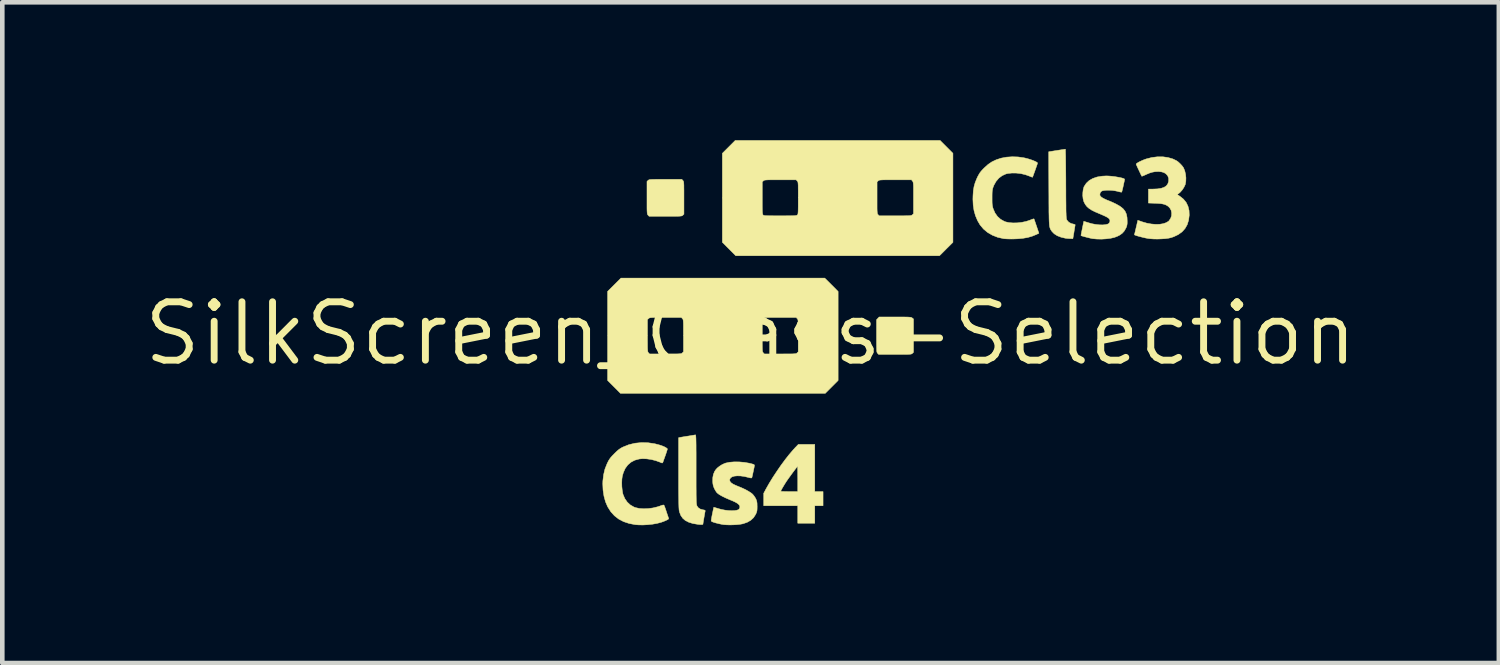
<source format=kicad_pcb>
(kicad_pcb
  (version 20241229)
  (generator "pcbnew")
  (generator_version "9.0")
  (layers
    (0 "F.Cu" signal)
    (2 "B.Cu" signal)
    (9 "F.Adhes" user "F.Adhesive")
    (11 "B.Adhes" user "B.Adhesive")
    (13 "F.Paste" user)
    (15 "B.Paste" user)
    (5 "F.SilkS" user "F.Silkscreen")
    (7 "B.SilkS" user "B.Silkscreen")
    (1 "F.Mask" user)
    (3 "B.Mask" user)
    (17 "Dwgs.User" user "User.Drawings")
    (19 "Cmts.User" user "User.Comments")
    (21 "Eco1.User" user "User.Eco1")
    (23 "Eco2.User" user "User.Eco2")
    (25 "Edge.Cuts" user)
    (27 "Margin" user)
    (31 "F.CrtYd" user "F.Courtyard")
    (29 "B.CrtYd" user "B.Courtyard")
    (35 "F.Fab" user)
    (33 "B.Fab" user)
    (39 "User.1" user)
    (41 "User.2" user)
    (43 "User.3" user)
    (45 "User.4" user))
  (footprint "SilkScreen_Class-Selection"
    (layer "F.Cu")
    (at 13.282 4.207)
    (property "Reference" "SilkScreen_Class-Selection" (at 0 0 0) (layer "F.SilkS") (effects (font (size 1.27 1.27) (thickness 0.15))))
    (attr board_only exclude_from_pos_files exclude_from_bom)
    (fp_poly (pts (xy 3.239 -0.36) (xy 3.315 -0.36) (xy 3.374 -0.359) (xy 3.419 -0.358) (xy 3.453 -0.356) (xy 3.476 -0.354) (xy 3.493 -0.351) (xy 3.504 -0.347) (xy 3.513 -0.341) (xy 3.518 -0.338) (xy 3.545 -0.316) (xy 3.545 0.409) (xy 3.521 0.432) (xy 3.514 0.438) (xy 3.506 0.443) (xy 3.494 0.447) (xy 3.477 0.45) (xy 3.452 0.452) (xy 3.416 0.454) (xy 3.369 0.454) (xy 3.306 0.455) (xy 3.227 0.455) (xy 3.142 0.455) (xy 2.787 0.455) (xy 2.764 0.431) (xy 2.758 0.423) (xy 2.753 0.415) (xy 2.749 0.404) (xy 2.746 0.386) (xy 2.744 0.361) (xy 2.743 0.326) (xy 2.742 0.278) (xy 2.741 0.215) (xy 2.741 0.136) (xy 2.741 0.053) (xy 2.741 -0.3) (xy 2.798 -0.36) (xy 3.144 -0.36) (xy 3.239 -0.36)) (stroke (width 0.01) (type solid)) (fill yes) (layer "F.SilkS"))
    (fp_poly (pts (xy -1.473 -3.33) (xy -1.467 -3.323) (xy -1.462 -3.315) (xy -1.458 -3.303) (xy -1.455 -3.286) (xy -1.453 -3.261) (xy -1.451 -3.226) (xy -1.451 -3.178) (xy -1.45 -3.116) (xy -1.45 -3.036) (xy -1.45 -2.951) (xy -1.45 -2.597) (xy -1.474 -2.574) (xy -1.482 -2.567) (xy -1.49 -2.562) (xy -1.501 -2.558) (xy -1.519 -2.556) (xy -1.544 -2.553) (xy -1.579 -2.552) (xy -1.627 -2.551) (xy -1.689 -2.551) (xy -1.768 -2.551) (xy -1.854 -2.551) (xy -2.208 -2.551) (xy -2.231 -2.575) (xy -2.237 -2.582) (xy -2.242 -2.59) (xy -2.246 -2.602) (xy -2.249 -2.619) (xy -2.251 -2.644) (xy -2.253 -2.68) (xy -2.254 -2.727) (xy -2.254 -2.79) (xy -2.254 -2.869) (xy -2.254 -2.954) (xy -2.254 -3.309) (xy -2.23 -3.332) (xy -2.223 -3.338) (xy -2.214 -3.343) (xy -2.203 -3.347) (xy -2.186 -3.35) (xy -2.16 -3.352) (xy -2.125 -3.353) (xy -2.077 -3.354) (xy -2.015 -3.355) (xy -1.936 -3.355) (xy -1.851 -3.355) (xy -1.496 -3.355) (xy -1.473 -3.33)) (stroke (width 0.01) (type solid)) (fill yes) (layer "F.SilkS"))
    (fp_poly (pts (xy 1.397 3.44) (xy 1.577 3.44) (xy 1.577 3.747) (xy 1.397 3.747) (xy 1.397 4.128) (xy 1.027 4.128) (xy 1.027 3.747) (xy 0.286 3.747) (xy 0.286 3.475) (xy 0.309 3.433) (xy 0.656 3.433) (xy 0.666 3.435) (xy 0.694 3.437) (xy 0.736 3.438) (xy 0.789 3.439) (xy 0.841 3.44) (xy 1.027 3.44) (xy 1.027 3.164) (xy 1.026 3.091) (xy 1.026 3.024) (xy 1.025 2.968) (xy 1.024 2.925) (xy 1.023 2.898) (xy 1.022 2.889) (xy 1.015 2.897) (xy 0.997 2.92) (xy 0.972 2.953) (xy 0.941 2.994) (xy 0.906 3.041) (xy 0.871 3.089) (xy 0.837 3.136) (xy 0.807 3.178) (xy 0.782 3.214) (xy 0.776 3.223) (xy 0.753 3.259) (xy 0.728 3.3) (xy 0.703 3.342) (xy 0.681 3.38) (xy 0.665 3.411) (xy 0.657 3.43) (xy 0.656 3.433) (xy 0.309 3.433) (xy 0.337 3.38) (xy 0.408 3.255) (xy 0.488 3.125) (xy 0.574 2.995) (xy 0.662 2.867) (xy 0.752 2.745) (xy 0.84 2.633) (xy 0.924 2.535) (xy 0.972 2.482) (xy 1.039 2.413) (xy 1.397 2.413) (xy 1.397 3.44)) (stroke (width 0.01) (type solid)) (fill yes) (layer "F.SilkS"))
    (fp_poly (pts (xy 6.851 -4.001) (xy 6.852 -3.971) (xy 6.853 -3.923) (xy 6.855 -3.86) (xy 6.856 -3.781) (xy 6.857 -3.691) (xy 6.858 -3.588) (xy 6.859 -3.477) (xy 6.86 -3.358) (xy 6.86 -3.257) (xy 6.861 -3.112) (xy 6.861 -2.988) (xy 6.862 -2.881) (xy 6.863 -2.791) (xy 6.863 -2.716) (xy 6.864 -2.654) (xy 6.866 -2.605) (xy 6.867 -2.566) (xy 6.869 -2.536) (xy 6.871 -2.513) (xy 6.873 -2.497) (xy 6.876 -2.485) (xy 6.88 -2.476) (xy 6.884 -2.468) (xy 6.885 -2.466) (xy 6.922 -2.423) (xy 6.975 -2.394) (xy 7.018 -2.383) (xy 7.046 -2.376) (xy 7.062 -2.368) (xy 7.063 -2.365) (xy 7.061 -2.351) (xy 7.056 -2.321) (xy 7.049 -2.278) (xy 7.04 -2.226) (xy 7.038 -2.209) (xy 7.013 -2.064) (xy 6.954 -2.065) (xy 6.908 -2.067) (xy 6.861 -2.072) (xy 6.843 -2.075) (xy 6.752 -2.097) (xy 6.673 -2.128) (xy 6.608 -2.169) (xy 6.561 -2.217) (xy 6.557 -2.222) (xy 6.545 -2.239) (xy 6.535 -2.254) (xy 6.526 -2.268) (xy 6.519 -2.285) (xy 6.513 -2.304) (xy 6.507 -2.327) (xy 6.503 -2.357) (xy 6.5 -2.393) (xy 6.497 -2.439) (xy 6.495 -2.495) (xy 6.494 -2.564) (xy 6.492 -2.645) (xy 6.492 -2.742) (xy 6.491 -2.855) (xy 6.491 -2.986) (xy 6.49 -3.137) (xy 6.49 -3.155) (xy 6.487 -3.955) (xy 6.665 -3.983) (xy 6.723 -3.992) (xy 6.775 -4) (xy 6.816 -4.006) (xy 6.842 -4.01) (xy 6.849 -4.011) (xy 6.851 -4.001)) (stroke (width 0.01) (type solid)) (fill yes) (layer "F.SilkS"))
    (fp_poly (pts (xy -1.197 2.208) (xy -1.195 2.215) (xy -1.192 2.228) (xy -1.191 2.248) (xy -1.189 2.276) (xy -1.188 2.314) (xy -1.187 2.364) (xy -1.186 2.427) (xy -1.186 2.504) (xy -1.185 2.597) (xy -1.185 2.707) (xy -1.185 2.836) (xy -1.185 2.955) (xy -1.185 3.1) (xy -1.185 3.225) (xy -1.185 3.332) (xy -1.184 3.423) (xy -1.184 3.499) (xy -1.183 3.561) (xy -1.182 3.611) (xy -1.181 3.651) (xy -1.179 3.682) (xy -1.177 3.705) (xy -1.174 3.722) (xy -1.171 3.736) (xy -1.168 3.746) (xy -1.165 3.753) (xy -1.139 3.791) (xy -1.099 3.818) (xy -1.042 3.835) (xy -1.028 3.837) (xy -1 3.843) (xy -0.988 3.851) (xy -0.988 3.865) (xy -0.989 3.872) (xy -0.994 3.894) (xy -1 3.93) (xy -1.008 3.974) (xy -1.016 4.022) (xy -1.024 4.068) (xy -1.031 4.109) (xy -1.035 4.138) (xy -1.037 4.151) (xy -1.047 4.156) (xy -1.073 4.158) (xy -1.112 4.156) (xy -1.148 4.152) (xy -1.256 4.134) (xy -1.346 4.106) (xy -1.419 4.069) (xy -1.476 4.02) (xy -1.518 3.959) (xy -1.546 3.886) (xy -1.555 3.847) (xy -1.557 3.822) (xy -1.56 3.775) (xy -1.562 3.707) (xy -1.563 3.619) (xy -1.565 3.51) (xy -1.566 3.38) (xy -1.566 3.23) (xy -1.566 3.06) (xy -1.566 3.026) (xy -1.566 2.267) (xy -1.537 2.261) (xy -1.516 2.257) (xy -1.479 2.251) (xy -1.431 2.243) (xy -1.376 2.234) (xy -1.365 2.233) (xy -1.311 2.224) (xy -1.264 2.216) (xy -1.227 2.21) (xy -1.206 2.206) (xy -1.204 2.205) (xy -1.2 2.205) (xy -1.197 2.208)) (stroke (width 0.01) (type solid)) (fill yes) (layer "F.SilkS"))
    (fp_poly (pts (xy -2.229 2.377) (xy -2.083 2.399) (xy -1.98 2.426) (xy -1.926 2.444) (xy -1.878 2.464) (xy -1.841 2.484) (xy -1.817 2.501) (xy -1.81 2.512) (xy -1.813 2.526) (xy -1.822 2.555) (xy -1.835 2.596) (xy -1.851 2.643) (xy -1.869 2.693) (xy -1.886 2.74) (xy -1.901 2.782) (xy -1.91 2.806) (xy -1.916 2.815) (xy -1.927 2.817) (xy -1.947 2.81) (xy -1.977 2.797) (xy -2.066 2.765) (xy -2.162 2.741) (xy -2.259 2.727) (xy -2.351 2.723) (xy -2.424 2.73) (xy -2.519 2.756) (xy -2.601 2.799) (xy -2.671 2.859) (xy -2.727 2.934) (xy -2.768 3.025) (xy -2.791 3.105) (xy -2.8 3.17) (xy -2.803 3.247) (xy -2.801 3.33) (xy -2.793 3.409) (xy -2.781 3.479) (xy -2.774 3.505) (xy -2.736 3.593) (xy -2.683 3.669) (xy -2.617 3.73) (xy -2.539 3.775) (xy -2.501 3.789) (xy -2.419 3.807) (xy -2.325 3.813) (xy -2.224 3.809) (xy -2.122 3.795) (xy -2.024 3.771) (xy -1.975 3.755) (xy -1.933 3.739) (xy -1.906 3.732) (xy -1.891 3.731) (xy -1.883 3.737) (xy -1.876 3.752) (xy -1.864 3.783) (xy -1.849 3.826) (xy -1.832 3.876) (xy -1.83 3.884) (xy -1.813 3.934) (xy -1.798 3.978) (xy -1.787 4.01) (xy -1.782 4.027) (xy -1.781 4.028) (xy -1.788 4.038) (xy -1.811 4.053) (xy -1.847 4.07) (xy -1.892 4.089) (xy -1.943 4.107) (xy -1.953 4.11) (xy -2.036 4.132) (xy -2.134 4.149) (xy -2.238 4.16) (xy -2.343 4.166) (xy -2.442 4.164) (xy -2.508 4.159) (xy -2.643 4.133) (xy -2.763 4.093) (xy -2.87 4.037) (xy -2.962 3.965) (xy -3.041 3.878) (xy -3.107 3.774) (xy -3.111 3.767) (xy -3.157 3.66) (xy -3.19 3.539) (xy -3.21 3.408) (xy -3.216 3.272) (xy -3.214 3.207) (xy -3.198 3.073) (xy -3.169 2.95) (xy -3.123 2.834) (xy -3.114 2.815) (xy -3.091 2.769) (xy -3.067 2.731) (xy -3.041 2.696) (xy -3.006 2.657) (xy -2.964 2.614) (xy -2.916 2.567) (xy -2.877 2.533) (xy -2.84 2.506) (xy -2.802 2.483) (xy -2.773 2.469) (xy -2.648 2.419) (xy -2.514 2.387) (xy -2.373 2.373) (xy -2.229 2.377)) (stroke (width 0.01) (type solid)) (fill yes) (layer "F.SilkS"))
    (fp_poly (pts (xy 5.821 -3.842) (xy 5.945 -3.824) (xy 5.978 -3.817) (xy 6.036 -3.802) (xy 6.094 -3.784) (xy 6.147 -3.765) (xy 6.191 -3.746) (xy 6.224 -3.729) (xy 6.242 -3.715) (xy 6.244 -3.71) (xy 6.241 -3.697) (xy 6.232 -3.669) (xy 6.218 -3.629) (xy 6.202 -3.583) (xy 6.185 -3.535) (xy 6.168 -3.488) (xy 6.153 -3.447) (xy 6.142 -3.417) (xy 6.135 -3.401) (xy 6.134 -3.4) (xy 6.124 -3.403) (xy 6.099 -3.412) (xy 6.07 -3.424) (xy 5.981 -3.456) (xy 5.884 -3.479) (xy 5.784 -3.491) (xy 5.688 -3.492) (xy 5.6 -3.483) (xy 5.555 -3.472) (xy 5.474 -3.435) (xy 5.402 -3.381) (xy 5.342 -3.311) (xy 5.295 -3.227) (xy 5.279 -3.187) (xy 5.269 -3.157) (xy 5.263 -3.128) (xy 5.258 -3.095) (xy 5.256 -3.055) (xy 5.255 -3.001) (xy 5.255 -2.953) (xy 5.255 -2.887) (xy 5.256 -2.837) (xy 5.259 -2.799) (xy 5.265 -2.766) (xy 5.272 -2.736) (xy 5.28 -2.712) (xy 5.319 -2.622) (xy 5.373 -2.546) (xy 5.441 -2.485) (xy 5.52 -2.441) (xy 5.551 -2.429) (xy 5.624 -2.413) (xy 5.711 -2.406) (xy 5.805 -2.408) (xy 5.901 -2.419) (xy 5.993 -2.438) (xy 6.076 -2.465) (xy 6.081 -2.467) (xy 6.118 -2.482) (xy 6.148 -2.492) (xy 6.164 -2.495) (xy 6.166 -2.495) (xy 6.171 -2.484) (xy 6.181 -2.456) (xy 6.195 -2.415) (xy 6.212 -2.365) (xy 6.222 -2.336) (xy 6.274 -2.181) (xy 6.219 -2.155) (xy 6.128 -2.118) (xy 6.032 -2.09) (xy 5.928 -2.072) (xy 5.812 -2.061) (xy 5.736 -2.058) (xy 5.673 -2.057) (xy 5.612 -2.058) (xy 5.559 -2.06) (xy 5.519 -2.063) (xy 5.509 -2.064) (xy 5.379 -2.093) (xy 5.262 -2.139) (xy 5.158 -2.199) (xy 5.068 -2.274) (xy 4.993 -2.364) (xy 4.939 -2.456) (xy 4.893 -2.565) (xy 4.862 -2.676) (xy 4.844 -2.794) (xy 4.838 -2.922) (xy 4.84 -2.999) (xy 4.847 -3.104) (xy 4.862 -3.196) (xy 4.886 -3.281) (xy 4.92 -3.366) (xy 4.939 -3.408) (xy 4.965 -3.456) (xy 4.989 -3.496) (xy 5.018 -3.533) (xy 5.055 -3.574) (xy 5.085 -3.604) (xy 5.167 -3.678) (xy 5.25 -3.735) (xy 5.342 -3.779) (xy 5.447 -3.814) (xy 5.459 -3.817) (xy 5.571 -3.838) (xy 5.694 -3.846) (xy 5.821 -3.842)) (stroke (width 0.01) (type solid)) (fill yes) (layer "F.SilkS"))
    (fp_poly (pts (xy 1.76 -1.061) (xy 1.905 -0.915) (xy 1.905 1.021) (xy 1.625 1.302) (xy -2.831 1.302) (xy -3.111 1.021) (xy -3.111 -0.303) (xy -2.244 -0.303) (xy -2.244 0.046) (xy -2.244 0.141) (xy -2.243 0.218) (xy -2.243 0.277) (xy -2.242 0.323) (xy -2.24 0.356) (xy -2.238 0.38) (xy -2.235 0.396) (xy -2.231 0.406) (xy -2.226 0.414) (xy -2.221 0.42) (xy -2.198 0.445) (xy -1.854 0.445) (xy -1.759 0.444) (xy -1.684 0.444) (xy -1.625 0.444) (xy -1.58 0.443) (xy -1.547 0.441) (xy -1.524 0.439) (xy -1.509 0.436) (xy -1.498 0.432) (xy -1.49 0.426) (xy -1.485 0.421) (xy -1.46 0.398) (xy -1.46 0.049) (xy -1.461 -0.046) (xy -1.461 -0.122) (xy -1.461 -0.182) (xy -1.462 -0.227) (xy -1.464 -0.261) (xy -1.466 -0.284) (xy -1.469 -0.3) (xy -1.47 -0.303) (xy 0.254 -0.303) (xy 0.254 0.046) (xy 0.254 0.141) (xy 0.254 0.218) (xy 0.255 0.277) (xy 0.256 0.323) (xy 0.257 0.356) (xy 0.259 0.38) (xy 0.263 0.396) (xy 0.267 0.406) (xy 0.272 0.414) (xy 0.277 0.42) (xy 0.3 0.445) (xy 0.644 0.445) (xy 0.738 0.444) (xy 0.814 0.444) (xy 0.873 0.444) (xy 0.918 0.443) (xy 0.95 0.441) (xy 0.973 0.439) (xy 0.989 0.436) (xy 1 0.432) (xy 1.008 0.426) (xy 1.013 0.421) (xy 1.037 0.398) (xy 1.037 0.049) (xy 1.037 -0.046) (xy 1.037 -0.122) (xy 1.036 -0.182) (xy 1.035 -0.227) (xy 1.034 -0.261) (xy 1.032 -0.284) (xy 1.029 -0.3) (xy 1.025 -0.311) (xy 1.019 -0.319) (xy 1.014 -0.325) (xy 0.991 -0.349) (xy 0.647 -0.349) (xy 0.553 -0.349) (xy 0.477 -0.349) (xy 0.418 -0.349) (xy 0.374 -0.348) (xy 0.341 -0.346) (xy 0.318 -0.344) (xy 0.302 -0.34) (xy 0.291 -0.336) (xy 0.284 -0.331) (xy 0.278 -0.326) (xy 0.254 -0.303) (xy -1.47 -0.303) (xy -1.473 -0.311) (xy -1.478 -0.319) (xy -1.484 -0.325) (xy -1.507 -0.349) (xy -1.851 -0.349) (xy -1.945 -0.349) (xy -2.021 -0.349) (xy -2.079 -0.349) (xy -2.124 -0.348) (xy -2.157 -0.346) (xy -2.18 -0.344) (xy -2.196 -0.34) (xy -2.206 -0.336) (xy -2.214 -0.331) (xy -2.219 -0.326) (xy -2.244 -0.303) (xy -3.111 -0.303) (xy -3.111 -0.916) (xy -2.82 -1.206) (xy 1.614 -1.206) (xy 1.76 -1.061)) (stroke (width 0.01) (type solid)) (fill yes) (layer "F.SilkS"))
    (fp_poly (pts (xy 7.795 -3.427) (xy 7.854 -3.422) (xy 7.916 -3.415) (xy 7.976 -3.405) (xy 8.032 -3.395) (xy 8.08 -3.384) (xy 8.116 -3.373) (xy 8.136 -3.362) (xy 8.139 -3.357) (xy 8.137 -3.342) (xy 8.131 -3.311) (xy 8.122 -3.271) (xy 8.112 -3.224) (xy 8.102 -3.178) (xy 8.091 -3.135) (xy 8.083 -3.101) (xy 8.077 -3.081) (xy 8.076 -3.077) (xy 8.063 -3.076) (xy 8.036 -3.081) (xy 7.999 -3.09) (xy 7.99 -3.093) (xy 7.934 -3.105) (xy 7.872 -3.114) (xy 7.808 -3.118) (xy 7.747 -3.118) (xy 7.694 -3.113) (xy 7.653 -3.104) (xy 7.634 -3.095) (xy 7.609 -3.066) (xy 7.601 -3.035) (xy 7.601 -3.009) (xy 7.611 -2.99) (xy 7.634 -2.967) (xy 7.637 -2.965) (xy 7.665 -2.947) (xy 7.706 -2.926) (xy 7.752 -2.905) (xy 7.767 -2.899) (xy 7.818 -2.879) (xy 7.878 -2.853) (xy 7.937 -2.825) (xy 7.961 -2.813) (xy 8.042 -2.766) (xy 8.104 -2.717) (xy 8.148 -2.662) (xy 8.177 -2.599) (xy 8.192 -2.524) (xy 8.195 -2.448) (xy 8.195 -2.399) (xy 8.191 -2.364) (xy 8.184 -2.334) (xy 8.171 -2.301) (xy 8.161 -2.282) (xy 8.128 -2.226) (xy 8.086 -2.18) (xy 8.033 -2.142) (xy 7.984 -2.117) (xy 7.917 -2.091) (xy 7.833 -2.072) (xy 7.738 -2.06) (xy 7.638 -2.054) (xy 7.535 -2.056) (xy 7.445 -2.064) (xy 7.418 -2.069) (xy 7.379 -2.078) (xy 7.334 -2.089) (xy 7.288 -2.101) (xy 7.246 -2.112) (xy 7.212 -2.122) (xy 7.193 -2.129) (xy 7.19 -2.131) (xy 7.19 -2.134) (xy 7.191 -2.143) (xy 7.194 -2.161) (xy 7.2 -2.19) (xy 7.208 -2.233) (xy 7.22 -2.291) (xy 7.235 -2.366) (xy 7.24 -2.388) (xy 7.251 -2.442) (xy 7.346 -2.412) (xy 7.426 -2.389) (xy 7.507 -2.374) (xy 7.586 -2.365) (xy 7.658 -2.363) (xy 7.72 -2.368) (xy 7.769 -2.38) (xy 7.794 -2.393) (xy 7.816 -2.423) (xy 7.82 -2.459) (xy 7.81 -2.487) (xy 7.791 -2.509) (xy 7.754 -2.533) (xy 7.698 -2.561) (xy 7.623 -2.594) (xy 7.599 -2.604) (xy 7.504 -2.644) (xy 7.427 -2.682) (xy 7.366 -2.721) (xy 7.319 -2.762) (xy 7.284 -2.807) (xy 7.257 -2.858) (xy 7.249 -2.877) (xy 7.235 -2.933) (xy 7.228 -3) (xy 7.23 -3.07) (xy 7.238 -3.135) (xy 7.254 -3.19) (xy 7.258 -3.199) (xy 7.305 -3.27) (xy 7.368 -3.329) (xy 7.447 -3.374) (xy 7.541 -3.406) (xy 7.649 -3.424) (xy 7.742 -3.429) (xy 7.795 -3.427)) (stroke (width 0.01) (type solid)) (fill yes) (layer "F.SilkS"))
    (fp_poly (pts (xy 8.972 -3.845) (xy 9.085 -3.829) (xy 9.188 -3.799) (xy 9.267 -3.761) (xy 9.305 -3.734) (xy 9.346 -3.696) (xy 9.385 -3.655) (xy 9.414 -3.616) (xy 9.422 -3.603) (xy 9.448 -3.539) (xy 9.465 -3.464) (xy 9.473 -3.387) (xy 9.471 -3.313) (xy 9.46 -3.249) (xy 9.457 -3.239) (xy 9.43 -3.182) (xy 9.393 -3.125) (xy 9.351 -3.077) (xy 9.325 -3.054) (xy 9.283 -3.024) (xy 9.343 -2.985) (xy 9.419 -2.924) (xy 9.478 -2.852) (xy 9.518 -2.769) (xy 9.541 -2.676) (xy 9.545 -2.574) (xy 9.531 -2.465) (xy 9.531 -2.465) (xy 9.501 -2.368) (xy 9.453 -2.284) (xy 9.388 -2.212) (xy 9.306 -2.153) (xy 9.207 -2.106) (xy 9.144 -2.085) (xy 9.09 -2.073) (xy 9.02 -2.064) (xy 8.941 -2.059) (xy 8.858 -2.056) (xy 8.776 -2.057) (xy 8.702 -2.062) (xy 8.652 -2.068) (xy 8.593 -2.079) (xy 8.528 -2.094) (xy 8.465 -2.11) (xy 8.409 -2.126) (xy 8.38 -2.136) (xy 8.352 -2.147) (xy 8.378 -2.256) (xy 8.39 -2.308) (xy 8.402 -2.357) (xy 8.411 -2.398) (xy 8.415 -2.414) (xy 8.426 -2.464) (xy 8.528 -2.428) (xy 8.625 -2.4) (xy 8.721 -2.383) (xy 8.814 -2.375) (xy 8.901 -2.377) (xy 8.979 -2.39) (xy 9.044 -2.412) (xy 9.095 -2.443) (xy 9.104 -2.453) (xy 9.14 -2.504) (xy 9.16 -2.562) (xy 9.163 -2.622) (xy 9.151 -2.681) (xy 9.122 -2.732) (xy 9.089 -2.766) (xy 9.054 -2.789) (xy 9.018 -2.806) (xy 8.975 -2.818) (xy 8.921 -2.827) (xy 8.853 -2.832) (xy 8.808 -2.834) (xy 8.657 -2.839) (xy 8.657 -3.143) (xy 8.756 -3.143) (xy 8.855 -3.147) (xy 8.935 -3.16) (xy 8.998 -3.181) (xy 9.045 -3.212) (xy 9.077 -3.253) (xy 9.095 -3.306) (xy 9.097 -3.318) (xy 9.097 -3.378) (xy 9.077 -3.431) (xy 9.043 -3.47) (xy 9.001 -3.499) (xy 8.95 -3.516) (xy 8.886 -3.524) (xy 8.86 -3.524) (xy 8.8 -3.521) (xy 8.744 -3.511) (xy 8.684 -3.493) (xy 8.614 -3.464) (xy 8.605 -3.459) (xy 8.566 -3.442) (xy 8.535 -3.429) (xy 8.516 -3.422) (xy 8.513 -3.422) (xy 8.507 -3.433) (xy 8.494 -3.458) (xy 8.477 -3.494) (xy 8.457 -3.537) (xy 8.436 -3.581) (xy 8.417 -3.622) (xy 8.402 -3.656) (xy 8.392 -3.678) (xy 8.39 -3.685) (xy 8.397 -3.697) (xy 8.421 -3.714) (xy 8.457 -3.735) (xy 8.502 -3.756) (xy 8.552 -3.778) (xy 8.604 -3.797) (xy 8.61 -3.799) (xy 8.731 -3.83) (xy 8.853 -3.845) (xy 8.972 -3.845)) (stroke (width 0.01) (type solid)) (fill yes) (layer "F.SilkS"))
    (fp_poly (pts (xy -0.246 2.794) (xy -0.134 2.804) (xy -0.024 2.823) (xy -0.013 2.826) (xy 0.034 2.838) (xy 0.064 2.847) (xy 0.08 2.857) (xy 0.085 2.866) (xy 0.085 2.868) (xy 0.082 2.884) (xy 0.077 2.915) (xy 0.068 2.957) (xy 0.058 3.004) (xy 0.048 3.051) (xy 0.039 3.093) (xy 0.031 3.125) (xy 0.027 3.139) (xy 0.017 3.144) (xy -0.008 3.141) (xy -0.049 3.131) (xy -0.137 3.11) (xy -0.218 3.099) (xy -0.291 3.097) (xy -0.353 3.103) (xy -0.402 3.118) (xy -0.436 3.142) (xy -0.453 3.173) (xy -0.455 3.188) (xy -0.447 3.219) (xy -0.422 3.249) (xy -0.379 3.278) (xy -0.317 3.307) (xy -0.288 3.319) (xy -0.197 3.356) (xy -0.115 3.394) (xy -0.045 3.433) (xy 0.011 3.469) (xy 0.044 3.496) (xy 0.074 3.532) (xy 0.103 3.576) (xy 0.115 3.598) (xy 0.128 3.629) (xy 0.136 3.659) (xy 0.141 3.693) (xy 0.142 3.74) (xy 0.143 3.763) (xy 0.142 3.813) (xy 0.14 3.849) (xy 0.134 3.878) (xy 0.124 3.906) (xy 0.108 3.939) (xy 0.064 4.008) (xy 0.003 4.064) (xy -0.074 4.108) (xy -0.168 4.14) (xy -0.183 4.143) (xy -0.234 4.152) (xy -0.3 4.159) (xy -0.374 4.163) (xy -0.449 4.165) (xy -0.52 4.163) (xy -0.579 4.159) (xy -0.581 4.159) (xy -0.629 4.151) (xy -0.686 4.139) (xy -0.743 4.125) (xy -0.759 4.121) (xy -0.805 4.107) (xy -0.835 4.096) (xy -0.851 4.086) (xy -0.857 4.076) (xy -0.857 4.072) (xy -0.855 4.056) (xy -0.85 4.025) (xy -0.843 3.984) (xy -0.834 3.937) (xy -0.824 3.89) (xy -0.815 3.845) (xy -0.807 3.81) (xy -0.802 3.787) (xy -0.8 3.781) (xy -0.79 3.783) (xy -0.764 3.791) (xy -0.727 3.802) (xy -0.701 3.81) (xy -0.631 3.829) (xy -0.558 3.843) (xy -0.484 3.852) (xy -0.413 3.855) (xy -0.35 3.853) (xy -0.299 3.845) (xy -0.262 3.832) (xy -0.253 3.825) (xy -0.237 3.798) (xy -0.233 3.772) (xy -0.238 3.746) (xy -0.256 3.721) (xy -0.287 3.695) (xy -0.334 3.668) (xy -0.399 3.638) (xy -0.446 3.619) (xy -0.541 3.578) (xy -0.62 3.539) (xy -0.683 3.503) (xy -0.727 3.469) (xy -0.728 3.468) (xy -0.745 3.447) (xy -0.766 3.414) (xy -0.786 3.378) (xy -0.803 3.338) (xy -0.814 3.302) (xy -0.821 3.261) (xy -0.824 3.216) (xy -0.822 3.134) (xy -0.809 3.065) (xy -0.783 3.002) (xy -0.761 2.968) (xy -0.726 2.928) (xy -0.676 2.888) (xy -0.619 2.852) (xy -0.562 2.826) (xy -0.542 2.819) (xy -0.455 2.801) (xy -0.355 2.793) (xy -0.246 2.794)) (stroke (width 0.01) (type solid)) (fill yes) (layer "F.SilkS"))
    (fp_poly (pts (xy 4.403 -3.921) (xy 4.403 -1.984) (xy 4.257 -1.839) (xy 4.111 -1.693) (xy -0.323 -1.693) (xy -0.614 -1.985) (xy -0.614 -3.298) (xy 0.254 -3.298) (xy 0.254 -2.949) (xy 0.254 -2.853) (xy 0.254 -2.775) (xy 0.255 -2.715) (xy 0.256 -2.669) (xy 0.258 -2.635) (xy 0.261 -2.611) (xy 0.264 -2.595) (xy 0.268 -2.585) (xy 0.272 -2.581) (xy 0.277 -2.575) (xy 0.286 -2.571) (xy 0.3 -2.568) (xy 0.321 -2.565) (xy 0.352 -2.564) (xy 0.394 -2.562) (xy 0.451 -2.562) (xy 0.523 -2.561) (xy 0.614 -2.561) (xy 0.644 -2.561) (xy 0.741 -2.561) (xy 0.819 -2.562) (xy 0.881 -2.562) (xy 0.927 -2.563) (xy 0.962 -2.565) (xy 0.986 -2.568) (xy 1.002 -2.571) (xy 1.012 -2.575) (xy 1.018 -2.579) (xy 1.023 -2.585) (xy 1.027 -2.594) (xy 1.031 -2.608) (xy 1.033 -2.629) (xy 1.035 -2.66) (xy 1.036 -2.702) (xy 1.037 -2.759) (xy 1.037 -2.832) (xy 1.037 -2.923) (xy 1.037 -2.946) (xy 1.037 -3.041) (xy 1.037 -3.117) (xy 1.036 -3.177) (xy 1.036 -3.222) (xy 1.034 -3.256) (xy 1.032 -3.279) (xy 1.029 -3.295) (xy 1.028 -3.298) (xy 2.752 -3.298) (xy 2.752 -2.954) (xy 2.752 -2.86) (xy 2.752 -2.784) (xy 2.752 -2.725) (xy 2.753 -2.681) (xy 2.755 -2.648) (xy 2.757 -2.625) (xy 2.76 -2.609) (xy 2.765 -2.599) (xy 2.77 -2.591) (xy 2.775 -2.586) (xy 2.798 -2.561) (xy 3.147 -2.561) (xy 3.242 -2.561) (xy 3.319 -2.561) (xy 3.378 -2.562) (xy 3.424 -2.563) (xy 3.457 -2.564) (xy 3.48 -2.567) (xy 3.496 -2.57) (xy 3.507 -2.574) (xy 3.515 -2.579) (xy 3.521 -2.584) (xy 3.545 -2.607) (xy 3.545 -2.948) (xy 3.545 -3.042) (xy 3.545 -3.117) (xy 3.545 -3.176) (xy 3.544 -3.22) (xy 3.542 -3.253) (xy 3.539 -3.276) (xy 3.536 -3.292) (xy 3.532 -3.304) (xy 3.526 -3.313) (xy 3.523 -3.316) (xy 3.502 -3.344) (xy 3.151 -3.344) (xy 3.056 -3.344) (xy 2.979 -3.344) (xy 2.919 -3.344) (xy 2.874 -3.343) (xy 2.841 -3.341) (xy 2.817 -3.339) (xy 2.801 -3.336) (xy 2.79 -3.332) (xy 2.782 -3.327) (xy 2.776 -3.321) (xy 2.752 -3.298) (xy 1.028 -3.298) (xy 1.025 -3.306) (xy 1.019 -3.314) (xy 1.014 -3.32) (xy 0.991 -3.344) (xy 0.647 -3.344) (xy 0.553 -3.344) (xy 0.477 -3.344) (xy 0.418 -3.344) (xy 0.374 -3.343) (xy 0.341 -3.341) (xy 0.318 -3.339) (xy 0.302 -3.336) (xy 0.291 -3.331) (xy 0.284 -3.326) (xy 0.278 -3.321) (xy 0.254 -3.298) (xy -0.614 -3.298) (xy -0.614 -3.921) (xy -0.333 -4.202) (xy 4.123 -4.202) (xy 4.403 -3.921)) (stroke (width 0.01) (type solid)) (fill yes) (layer "F.SilkS")))
  (gr_rect
    (start -3 -3)
    (end 29.564 11.377)
    (stroke (width 0.1) (type default))
    (fill no)
    (layer "Edge.Cuts")))
</source>
